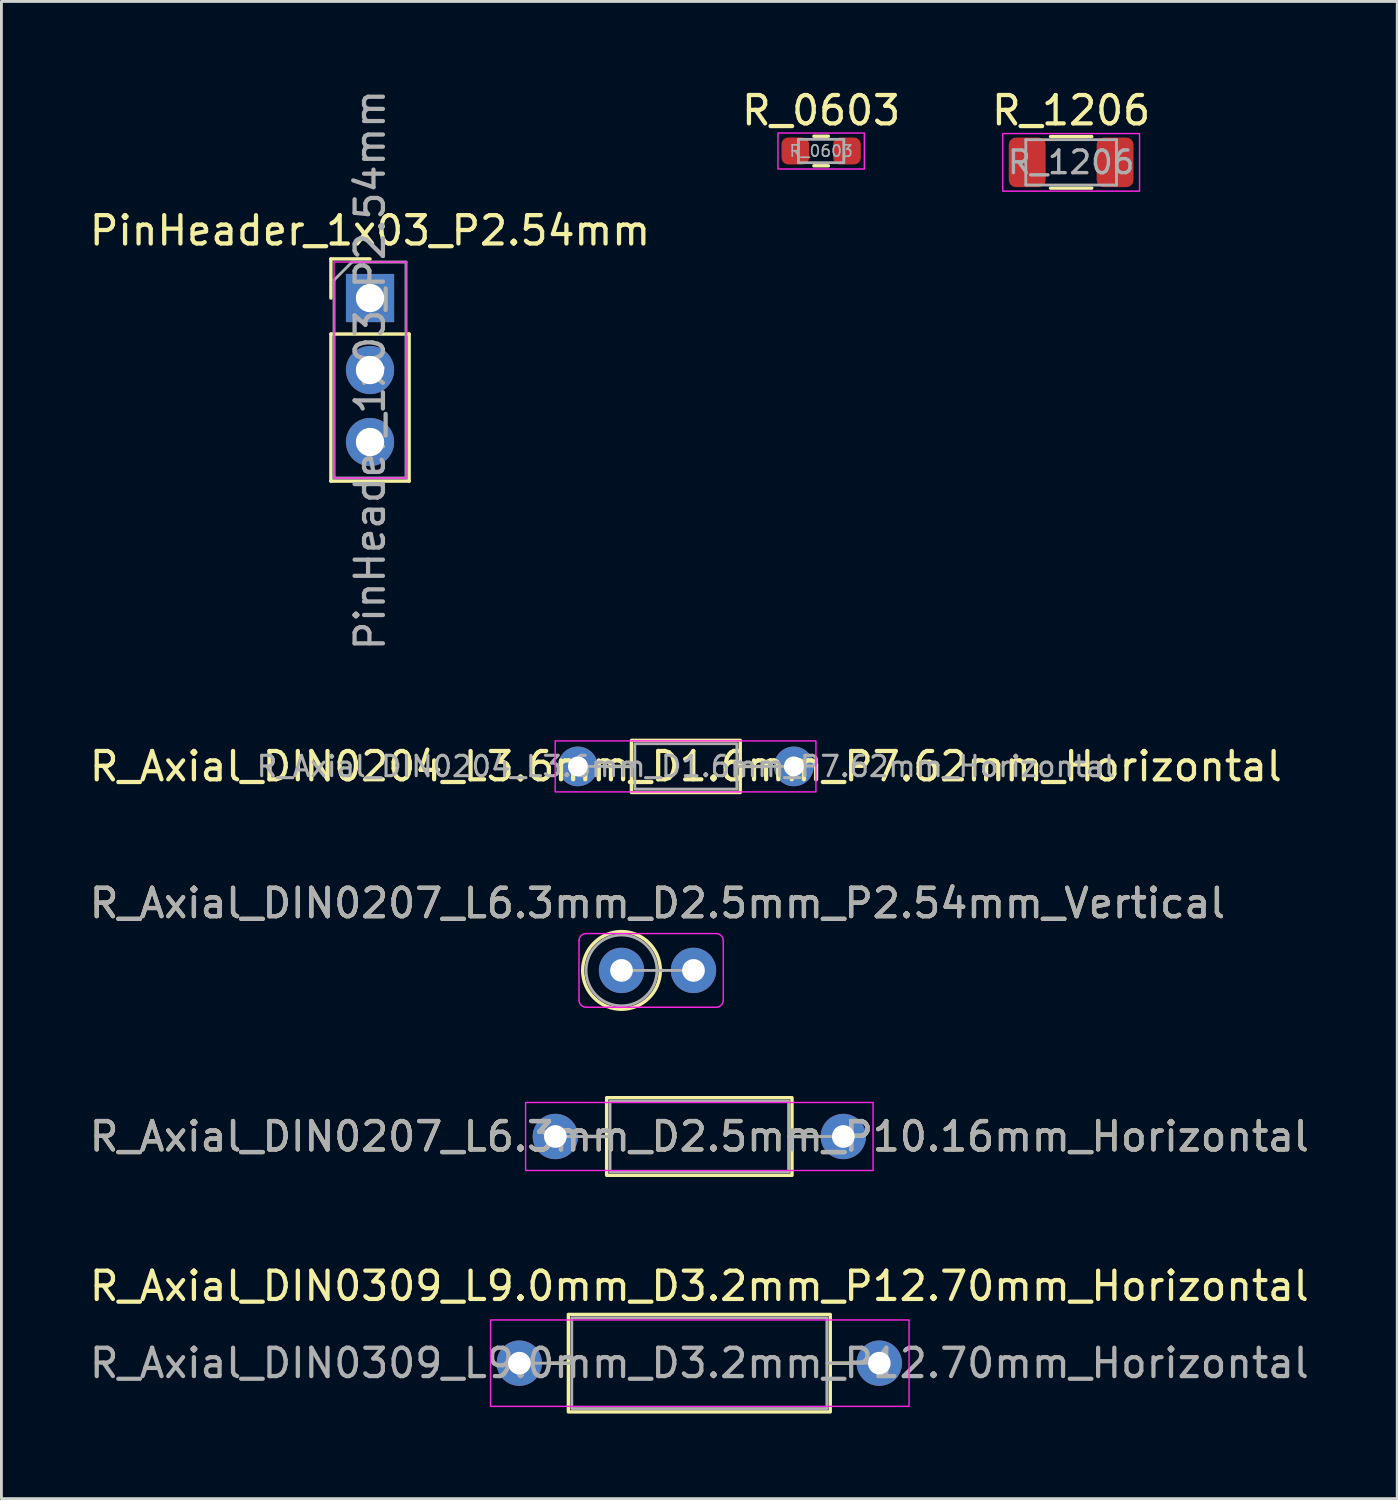
<source format=kicad_pcb>
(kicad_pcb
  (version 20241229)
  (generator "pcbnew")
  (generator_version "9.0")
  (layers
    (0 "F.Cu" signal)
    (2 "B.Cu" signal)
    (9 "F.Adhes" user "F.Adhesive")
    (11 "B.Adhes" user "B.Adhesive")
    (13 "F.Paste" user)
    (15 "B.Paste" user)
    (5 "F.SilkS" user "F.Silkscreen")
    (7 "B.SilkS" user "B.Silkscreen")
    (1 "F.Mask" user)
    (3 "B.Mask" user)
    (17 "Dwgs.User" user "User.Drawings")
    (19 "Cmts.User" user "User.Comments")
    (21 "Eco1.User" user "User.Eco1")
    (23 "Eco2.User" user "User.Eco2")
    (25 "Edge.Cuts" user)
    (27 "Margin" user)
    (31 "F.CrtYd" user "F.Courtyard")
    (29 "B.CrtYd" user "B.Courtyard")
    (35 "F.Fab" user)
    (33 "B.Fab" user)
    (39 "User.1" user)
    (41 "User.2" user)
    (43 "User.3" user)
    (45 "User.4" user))
  (footprint "R_Axial_DIN0309_L9.0mm_D3.2mm_P12.70mm_Horizontal"
    (layer "F.Cu")
    (at 15.275 45.048)
    (property "Reference" "R_Axial_DIN0309_L9.0mm_D3.2mm_P12.70mm_Horizontal" (at 6.35 -2.72 0) (layer "F.SilkS") (effects (font (size 1 1) (thickness 0.15))))
    (attr through_hole)
    (fp_line (start 1.04 0) (end 1.73 0) (stroke (width 0.12) (type solid)) (layer "F.SilkS"))
    (fp_line (start 11.66 0) (end 10.97 0) (stroke (width 0.12) (type solid)) (layer "F.SilkS"))
    (fp_rect (start 1.73 -1.72) (end 10.97 1.72) (stroke (width 0.12) (type solid)) (fill no) (layer "F.SilkS"))
    (fp_rect (start -1.016 -1.524) (end 13.75 1.524) (stroke (width 0.05) (type solid)) (fill no) (layer "F.CrtYd"))
    (fp_line (start 0 0) (end 1.85 0) (stroke (width 0.1) (type solid)) (layer "F.Fab"))
    (fp_line (start 12.7 0) (end 10.85 0) (stroke (width 0.1) (type solid)) (layer "F.Fab"))
    (fp_rect (start 1.85 -1.6) (end 10.85 1.6) (stroke (width 0.1) (type solid)) (fill no) (layer "F.Fab"))
    (fp_text user "${REFERENCE}" (at 6.35 0 0) (layer "F.Fab") (effects (font (size 1 1) (thickness 0.15))))
    (pad "1" thru_hole circle (at 0 0) (size 1.6 1.6) (drill 0.8) (layers "*.Cu" "*.Mask"))
    (pad "2" thru_hole circle (at 12.7 0) (size 1.6 1.6) (drill 0.8) (layers "*.Cu" "*.Mask")))
  (footprint "R_Axial_DIN0204_L3.6mm_D1.6mm_P7.62mm_Horizontal"
    (layer "F.Cu")
    (at 17.339 23.992)
    (property "Reference" "R_Axial_DIN0204_L3.6mm_D1.6mm_P7.62mm_Horizontal" (at 3.81 0 0) (layer "F.SilkS") (effects (font (size 1 1) (thickness 0.15))))
    (attr through_hole)
    (fp_line (start 0.94 0) (end 1.89 0) (stroke (width 0.12) (type solid)) (layer "F.SilkS"))
    (fp_line (start 6.68 0) (end 5.73 0) (stroke (width 0.12) (type solid)) (layer "F.SilkS"))
    (fp_rect (start 1.89 -0.92) (end 5.73 0.92) (stroke (width 0.12) (type solid)) (fill no) (layer "F.SilkS"))
    (fp_rect (start -0.8 -0.9) (end 8.4 0.9) (stroke (width 0.05) (type solid)) (fill no) (layer "F.CrtYd"))
    (fp_line (start 0 0) (end 2.01 0) (stroke (width 0.1) (type solid)) (layer "F.Fab"))
    (fp_line (start 7.62 0) (end 5.61 0) (stroke (width 0.1) (type solid)) (layer "F.Fab"))
    (fp_rect (start 2.01 -0.8) (end 5.61 0.8) (stroke (width 0.1) (type solid)) (fill no) (layer "F.Fab"))
    (fp_text user "${REFERENCE}" (at 3.81 0 0) (layer "F.Fab") (effects (font (size 0.72 0.72) (thickness 0.108))))
    (pad "1" thru_hole circle (at 0 0) (size 1.4 1.4) (drill 0.7) (layers "*.Cu" "*.Mask"))
    (pad "2" thru_hole circle (at 7.62 0) (size 1.4 1.4) (drill 0.7) (layers "*.Cu" "*.Mask")))
  (footprint "R_Axial_DIN0207_L6.3mm_D2.5mm_P10.16mm_Horizontal"
    (layer "F.Cu")
    (at 16.545 37.05)
    (property "Reference" "R_Axial_DIN0207_L6.3mm_D2.5mm_P10.16mm_Horizontal" (at 5.08 0 0) (layer "F.SilkS") (effects (font (size 1 1) (thickness 0.15))))
    (attr through_hole)
    (fp_line (start 1.04 0) (end 1.81 0) (stroke (width 0.12) (type solid)) (layer "F.SilkS"))
    (fp_line (start 9.12 0) (end 8.35 0) (stroke (width 0.12) (type solid)) (layer "F.SilkS"))
    (fp_rect (start 1.81 -1.37) (end 8.35 1.37) (stroke (width 0.12) (type solid)) (fill no) (layer "F.SilkS"))
    (fp_rect (start -1.05 -1.2) (end 11.21 1.2) (stroke (width 0.05) (type solid)) (fill no) (layer "F.CrtYd"))
    (fp_line (start 0 0) (end 1.93 0) (stroke (width 0.1) (type solid)) (layer "F.Fab"))
    (fp_line (start 10.16 0) (end 8.23 0) (stroke (width 0.1) (type solid)) (layer "F.Fab"))
    (fp_rect (start 1.93 -1.25) (end 8.23 1.25) (stroke (width 0.1) (type solid)) (fill no) (layer "F.Fab"))
    (fp_text user "${REFERENCE}" (at 5.08 0 0) (layer "F.Fab") (effects (font (size 1 1) (thickness 0.15))))
    (pad "1" thru_hole circle (at 0 0) (size 1.6 1.6) (drill 0.8) (layers "*.Cu" "*.Mask"))
    (pad "2" thru_hole circle (at 10.16 0) (size 1.6 1.6) (drill 0.8) (layers "*.Cu" "*.Mask")))
  (footprint "R_Axial_DIN0207_L6.3mm_D2.5mm_P2.54mm_Vertical"
    (layer "F.Cu")
    (at 18.879 31.19)
    (property "Reference" "R_Axial_DIN0207_L6.3mm_D2.5mm_P2.54mm_Vertical" (at 1.27 -2.37 0) (layer "F.SilkS") (effects (font (size 1 1) (thickness 0.15))))
    (attr through_hole)
    (fp_line (start 1.37 0) (end 1.44 0) (stroke (width 0.12) (type solid)) (layer "F.SilkS"))
    (fp_circle (center 0 0) (end 1.37 0) (stroke (width 0.12) (type solid)) (fill no) (layer "F.SilkS"))
    (fp_line (start -1.5 1.05) (end -1.5 -1.05) (stroke (width 0.05) (type default)) (layer "F.CrtYd"))
    (fp_line (start -1.25 -1.3) (end 3.34 -1.3) (stroke (width 0.05) (type default)) (layer "F.CrtYd"))
    (fp_line (start 3.34 1.3) (end -1.25 1.3) (stroke (width 0.05) (type default)) (layer "F.CrtYd"))
    (fp_line (start 3.59 -1.05) (end 3.59 1.05) (stroke (width 0.05) (type default)) (layer "F.CrtYd"))
    (fp_arc (start -1.5 -1.05) (mid -1.426777 -1.226777) (end -1.25 -1.3) (stroke (width 0.05) (type default)) (layer "F.CrtYd"))
    (fp_arc (start -1.25 1.3) (mid -1.426777 1.226777) (end -1.5 1.05) (stroke (width 0.05) (type default)) (layer "F.CrtYd"))
    (fp_arc (start 3.34 -1.3) (mid 3.516777 -1.226777) (end 3.59 -1.05) (stroke (width 0.05) (type default)) (layer "F.CrtYd"))
    (fp_arc (start 3.59 1.05) (mid 3.516777 1.226777) (end 3.34 1.3) (stroke (width 0.05) (type default)) (layer "F.CrtYd"))
    (fp_line (start 0 0) (end 2.54 0) (stroke (width 0.1) (type solid)) (layer "F.Fab"))
    (fp_circle (center 0 0) (end 1.25 0) (stroke (width 0.1) (type solid)) (fill no) (layer "F.Fab"))
    (fp_text user "${REFERENCE}" (at 1.27 -2.37 0) (layer "F.Fab") (effects (font (size 1 1) (thickness 0.15))))
    (pad "1" thru_hole circle (at 0 0) (size 1.6 1.6) (drill 0.8) (layers "*.Cu" "*.Mask"))
    (pad "2" thru_hole circle (at 2.54 0) (size 1.6 1.6) (drill 0.8) (layers "*.Cu" "*.Mask")))
  (footprint "R_0603"
    (layer "F.Cu")
    (at 25.923 2.278)
    (property "Reference" "R_0603" (at 0 -1.43 0) (layer "F.SilkS") (effects (font (size 1 1) (thickness 0.15))))
    (attr smd)
    (fp_line (start -0.255 -0.522) (end 0.255 -0.522) (stroke (width 0.12) (type solid)) (layer "F.SilkS"))
    (fp_line (start -0.255 0.522) (end 0.255 0.522) (stroke (width 0.12) (type solid)) (layer "F.SilkS"))
    (fp_rect (start -1.524 -0.635) (end 1.524 0.635) (stroke (width 0.05) (type default)) (fill no) (layer "F.CrtYd"))
    (fp_line (start -0.8 -0.412) (end 0.8 -0.412) (stroke (width 0.1) (type solid)) (layer "F.Fab"))
    (fp_line (start -0.8 0.412) (end -0.8 -0.412) (stroke (width 0.1) (type solid)) (layer "F.Fab"))
    (fp_line (start 0.8 -0.412) (end 0.8 0.412) (stroke (width 0.1) (type solid)) (layer "F.Fab"))
    (fp_line (start 0.8 0.412) (end -0.8 0.412) (stroke (width 0.1) (type solid)) (layer "F.Fab"))
    (fp_text user "${REFERENCE}" (at 0 0 0) (layer "F.Fab") (effects (font (size 0.4 0.4) (thickness 0.06))))
    (pad "1" smd roundrect (at -0.912 0) (size 0.975 0.95) (layers "F.Cu" "F.Mask" "F.Paste") (roundrect_rratio 0.25))
    (pad "2" smd roundrect (at 0.912 0) (size 0.975 0.95) (layers "F.Cu" "F.Mask" "F.Paste") (roundrect_rratio 0.25)))
  (footprint "PinHeader_1x03_P2.54mm"
    (layer "F.Cu")
    (at 10.006 7.466)
    (property "Reference" "PinHeader_1x03_P2.54mm" (at 0 -2.38 0) (layer "F.SilkS") (effects (font (size 1 1) (thickness 0.15))))
    (attr through_hole)
    (fp_line (start -1.38 -1.38) (end 0 -1.38) (stroke (width 0.12) (type solid)) (layer "F.SilkS"))
    (fp_line (start -1.38 0) (end -1.38 -1.38) (stroke (width 0.12) (type solid)) (layer "F.SilkS"))
    (fp_line (start -1.38 1.27) (end -1.38 6.46) (stroke (width 0.12) (type solid)) (layer "F.SilkS"))
    (fp_line (start -1.38 1.27) (end 1.38 1.27) (stroke (width 0.12) (type solid)) (layer "F.SilkS"))
    (fp_line (start -1.38 6.46) (end 1.38 6.46) (stroke (width 0.12) (type solid)) (layer "F.SilkS"))
    (fp_line (start 1.38 1.27) (end 1.38 6.46) (stroke (width 0.12) (type solid)) (layer "F.SilkS"))
    (fp_line (start -1.27 -1.27) (end -1.27 6.35) (stroke (width 0.05) (type solid)) (layer "F.CrtYd"))
    (fp_line (start -1.27 6.35) (end 1.27 6.35) (stroke (width 0.05) (type solid)) (layer "F.CrtYd"))
    (fp_line (start 1.27 -1.27) (end -1.27 -1.27) (stroke (width 0.05) (type solid)) (layer "F.CrtYd"))
    (fp_line (start 1.27 6.35) (end 1.27 -1.27) (stroke (width 0.05) (type solid)) (layer "F.CrtYd"))
    (fp_line (start -1.27 -0.635) (end -0.635 -1.27) (stroke (width 0.1) (type solid)) (layer "F.Fab"))
    (fp_line (start -1.27 6.35) (end -1.27 -0.635) (stroke (width 0.1) (type solid)) (layer "F.Fab"))
    (fp_line (start -0.635 -1.27) (end 1.27 -1.27) (stroke (width 0.1) (type solid)) (layer "F.Fab"))
    (fp_line (start 1.27 -1.27) (end 1.27 6.35) (stroke (width 0.1) (type solid)) (layer "F.Fab"))
    (fp_line (start 1.27 6.35) (end -1.27 6.35) (stroke (width 0.1) (type solid)) (layer "F.Fab"))
    (fp_text user "${REFERENCE}" (at 0 2.54 270) (layer "F.Fab") (effects (font (size 1 1) (thickness 0.15))))
    (pad "1" thru_hole rect (at 0 0) (size 1.7 1.7) (drill 1) (layers "*.Cu" "*.Mask"))
    (pad "2" thru_hole circle (at 0 2.54) (size 1.7 1.7) (drill 1) (layers "*.Cu" "*.Mask"))
    (pad "3" thru_hole circle (at 0 5.08) (size 1.7 1.7) (drill 1) (layers "*.Cu" "*.Mask")))
  (footprint "R_1206"
    (layer "F.Cu")
    (at 34.744 2.678)
    (property "Reference" "R_1206" (at 0 -1.83 0) (layer "F.SilkS") (effects (font (size 1 1) (thickness 0.15))))
    (attr smd)
    (fp_line (start -0.727 -0.91) (end 0.727 -0.91) (stroke (width 0.12) (type solid)) (layer "F.SilkS"))
    (fp_line (start -0.727 0.91) (end 0.727 0.91) (stroke (width 0.12) (type solid)) (layer "F.SilkS"))
    (fp_rect (start -2.413 -1.016) (end 2.413 1.016) (stroke (width 0.05) (type default)) (fill no) (layer "F.CrtYd"))
    (fp_line (start -1.6 -0.8) (end 1.6 -0.8) (stroke (width 0.1) (type solid)) (layer "F.Fab"))
    (fp_line (start -1.6 0.8) (end -1.6 -0.8) (stroke (width 0.1) (type solid)) (layer "F.Fab"))
    (fp_line (start 1.6 -0.8) (end 1.6 0.8) (stroke (width 0.1) (type solid)) (layer "F.Fab"))
    (fp_line (start 1.6 0.8) (end -1.6 0.8) (stroke (width 0.1) (type solid)) (layer "F.Fab"))
    (fp_text user "${REFERENCE}" (at 0 0 0) (layer "F.Fab") (effects (font (size 0.8 0.8) (thickness 0.12))))
    (pad "1" smd roundrect (at -1.55 0) (size 1.3 1.75) (layers "F.Cu" "F.Mask" "F.Paste") (roundrect_rratio 0.192))
    (pad "2" smd roundrect (at 1.55 0) (size 1.3 1.75) (layers "F.Cu" "F.Mask" "F.Paste") (roundrect_rratio 0.192)))
  (gr_rect
    (start -3 -3)
    (end 46.25 49.828)
    (stroke (width 0.1) (type default))
    (fill no)
    (layer "Edge.Cuts")))
</source>
